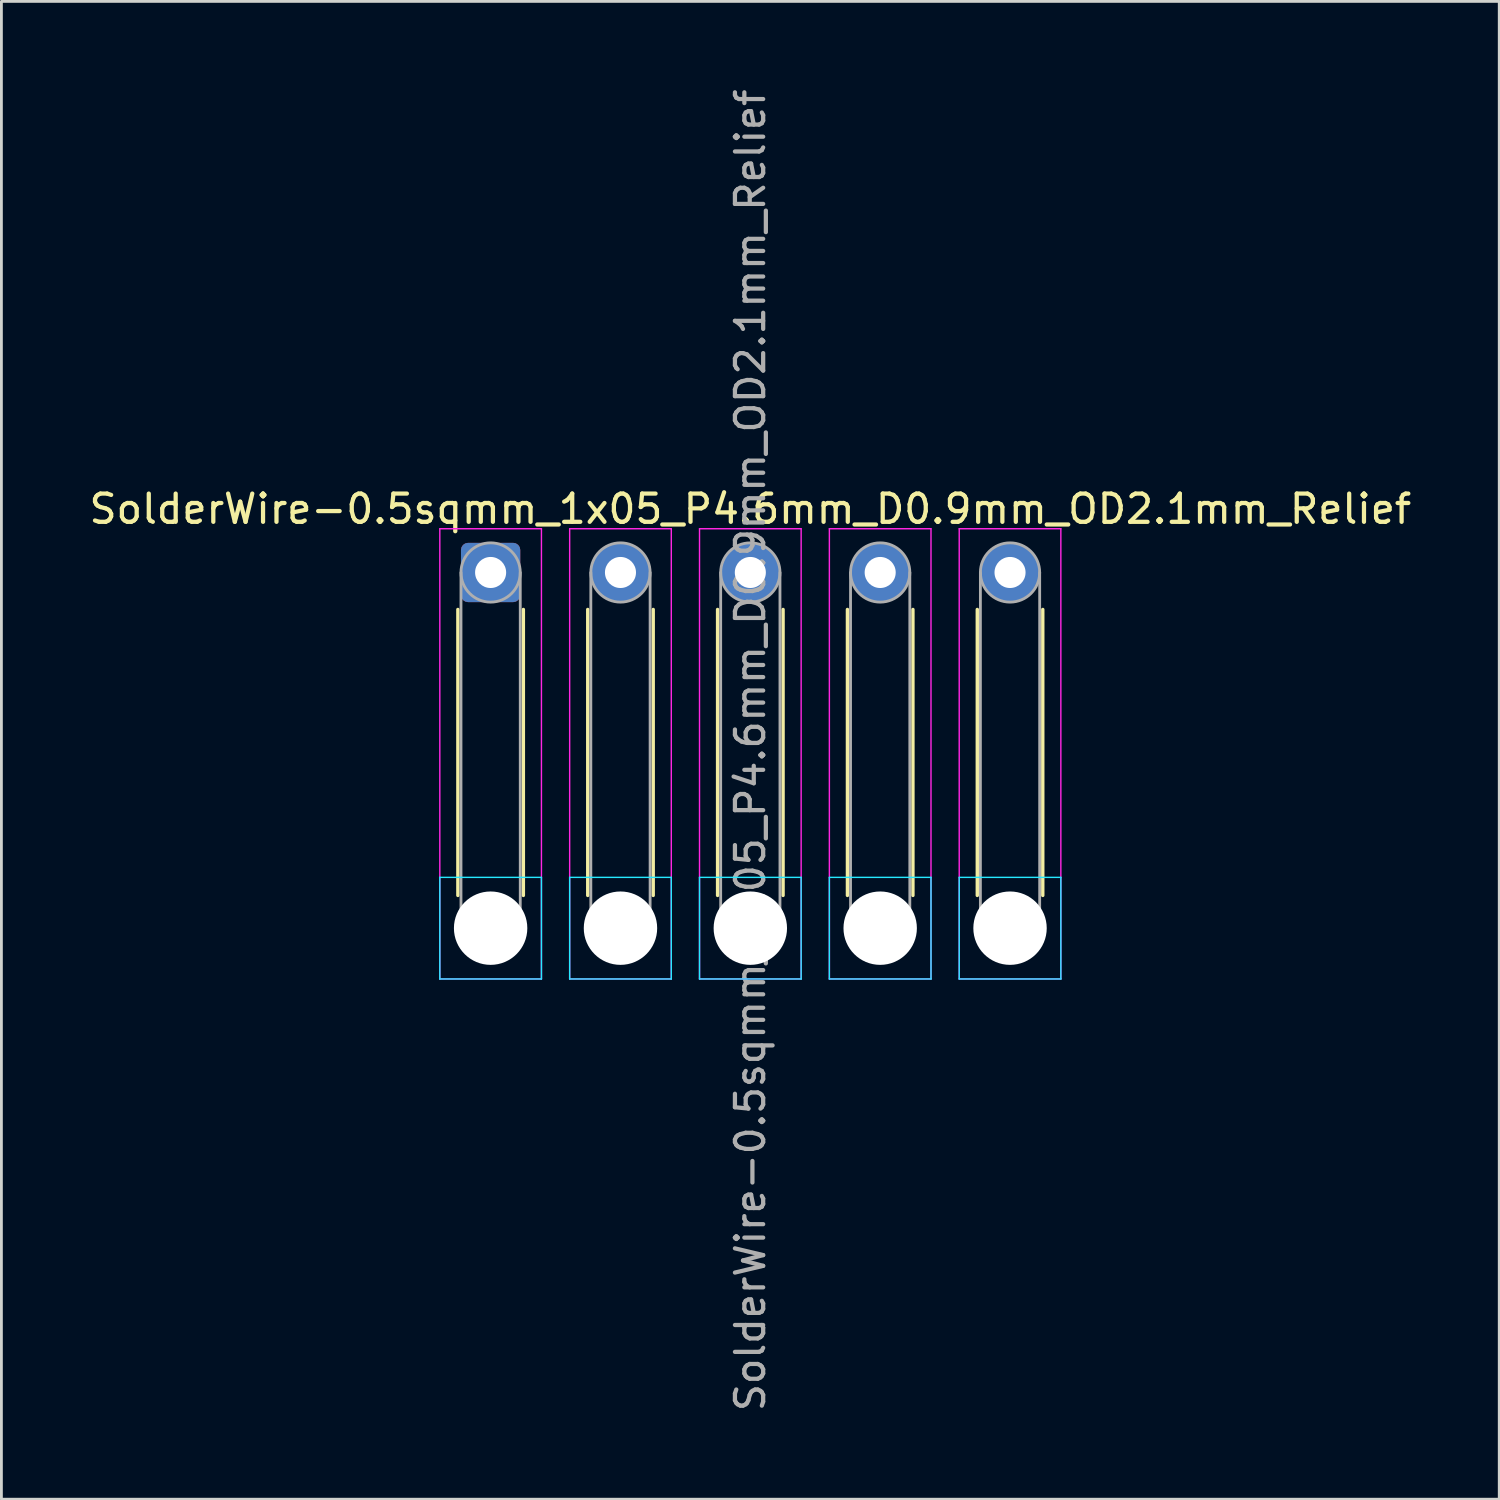
<source format=kicad_pcb>
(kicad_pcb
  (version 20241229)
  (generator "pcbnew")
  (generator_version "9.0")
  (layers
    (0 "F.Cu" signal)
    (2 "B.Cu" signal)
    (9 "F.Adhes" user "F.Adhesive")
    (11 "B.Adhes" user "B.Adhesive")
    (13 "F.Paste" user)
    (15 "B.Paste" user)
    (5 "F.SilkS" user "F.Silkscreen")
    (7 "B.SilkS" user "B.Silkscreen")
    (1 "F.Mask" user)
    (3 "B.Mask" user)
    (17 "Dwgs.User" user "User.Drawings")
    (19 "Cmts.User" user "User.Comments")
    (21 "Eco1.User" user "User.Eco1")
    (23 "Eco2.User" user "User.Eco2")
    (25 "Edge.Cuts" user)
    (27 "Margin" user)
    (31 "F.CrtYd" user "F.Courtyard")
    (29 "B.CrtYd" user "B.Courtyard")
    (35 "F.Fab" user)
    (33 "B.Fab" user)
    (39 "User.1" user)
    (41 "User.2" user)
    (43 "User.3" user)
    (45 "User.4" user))
  (footprint "SolderWire-0.5sqmm_1x05_P4.6mm_D0.9mm_OD2.1mm_Relief"
    (layer "F.Cu")
    (at 14.33 17.23)
    (property "Reference" "SolderWire-0.5sqmm_1x05_P4.6mm_D0.9mm_OD2.1mm_Relief" (at 9.2 -2.25 0) (layer "F.SilkS") (effects (font (size 1 1) (thickness 0.15))))
    (attr exclude_from_pos_files exclude_from_bom)
    (fp_line (start -1.16 1.31) (end -1.16 11.44) (stroke (width 0.12) (type solid)) (layer "F.SilkS"))
    (fp_line (start 1.16 1.31) (end 1.16 11.44) (stroke (width 0.12) (type solid)) (layer "F.SilkS"))
    (fp_line (start 3.44 1.31) (end 3.44 11.44) (stroke (width 0.12) (type solid)) (layer "F.SilkS"))
    (fp_line (start 5.76 1.31) (end 5.76 11.44) (stroke (width 0.12) (type solid)) (layer "F.SilkS"))
    (fp_line (start 8.04 1.31) (end 8.04 11.44) (stroke (width 0.12) (type solid)) (layer "F.SilkS"))
    (fp_line (start 10.36 1.31) (end 10.36 11.44) (stroke (width 0.12) (type solid)) (layer "F.SilkS"))
    (fp_line (start 12.64 1.31) (end 12.64 11.44) (stroke (width 0.12) (type solid)) (layer "F.SilkS"))
    (fp_line (start 14.96 1.31) (end 14.96 11.44) (stroke (width 0.12) (type solid)) (layer "F.SilkS"))
    (fp_line (start 17.24 1.31) (end 17.24 11.44) (stroke (width 0.12) (type solid)) (layer "F.SilkS"))
    (fp_line (start 19.56 1.31) (end 19.56 11.44) (stroke (width 0.12) (type solid)) (layer "F.SilkS"))
    (fp_line (start -1.8 10.8) (end -1.8 14.4) (stroke (width 0.05) (type solid)) (layer "B.CrtYd"))
    (fp_line (start -1.8 14.4) (end 1.8 14.4) (stroke (width 0.05) (type solid)) (layer "B.CrtYd"))
    (fp_line (start 1.8 10.8) (end -1.8 10.8) (stroke (width 0.05) (type solid)) (layer "B.CrtYd"))
    (fp_line (start 1.8 14.4) (end 1.8 10.8) (stroke (width 0.05) (type solid)) (layer "B.CrtYd"))
    (fp_line (start 2.8 10.8) (end 2.8 14.4) (stroke (width 0.05) (type solid)) (layer "B.CrtYd"))
    (fp_line (start 2.8 14.4) (end 6.4 14.4) (stroke (width 0.05) (type solid)) (layer "B.CrtYd"))
    (fp_line (start 6.4 10.8) (end 2.8 10.8) (stroke (width 0.05) (type solid)) (layer "B.CrtYd"))
    (fp_line (start 6.4 14.4) (end 6.4 10.8) (stroke (width 0.05) (type solid)) (layer "B.CrtYd"))
    (fp_line (start 7.4 10.8) (end 7.4 14.4) (stroke (width 0.05) (type solid)) (layer "B.CrtYd"))
    (fp_line (start 7.4 14.4) (end 11 14.4) (stroke (width 0.05) (type solid)) (layer "B.CrtYd"))
    (fp_line (start 11 10.8) (end 7.4 10.8) (stroke (width 0.05) (type solid)) (layer "B.CrtYd"))
    (fp_line (start 11 14.4) (end 11 10.8) (stroke (width 0.05) (type solid)) (layer "B.CrtYd"))
    (fp_line (start 12 10.8) (end 12 14.4) (stroke (width 0.05) (type solid)) (layer "B.CrtYd"))
    (fp_line (start 12 14.4) (end 15.6 14.4) (stroke (width 0.05) (type solid)) (layer "B.CrtYd"))
    (fp_line (start 15.6 10.8) (end 12 10.8) (stroke (width 0.05) (type solid)) (layer "B.CrtYd"))
    (fp_line (start 15.6 14.4) (end 15.6 10.8) (stroke (width 0.05) (type solid)) (layer "B.CrtYd"))
    (fp_line (start 16.6 10.8) (end 16.6 14.4) (stroke (width 0.05) (type solid)) (layer "B.CrtYd"))
    (fp_line (start 16.6 14.4) (end 20.2 14.4) (stroke (width 0.05) (type solid)) (layer "B.CrtYd"))
    (fp_line (start 20.2 10.8) (end 16.6 10.8) (stroke (width 0.05) (type solid)) (layer "B.CrtYd"))
    (fp_line (start 20.2 14.4) (end 20.2 10.8) (stroke (width 0.05) (type solid)) (layer "B.CrtYd"))
    (fp_line (start -1.8 -1.55) (end -1.8 14.4) (stroke (width 0.05) (type solid)) (layer "F.CrtYd"))
    (fp_line (start -1.8 14.4) (end 1.8 14.4) (stroke (width 0.05) (type solid)) (layer "F.CrtYd"))
    (fp_line (start 1.8 -1.55) (end -1.8 -1.55) (stroke (width 0.05) (type solid)) (layer "F.CrtYd"))
    (fp_line (start 1.8 14.4) (end 1.8 -1.55) (stroke (width 0.05) (type solid)) (layer "F.CrtYd"))
    (fp_line (start 2.8 -1.55) (end 2.8 14.4) (stroke (width 0.05) (type solid)) (layer "F.CrtYd"))
    (fp_line (start 2.8 14.4) (end 6.4 14.4) (stroke (width 0.05) (type solid)) (layer "F.CrtYd"))
    (fp_line (start 6.4 -1.55) (end 2.8 -1.55) (stroke (width 0.05) (type solid)) (layer "F.CrtYd"))
    (fp_line (start 6.4 14.4) (end 6.4 -1.55) (stroke (width 0.05) (type solid)) (layer "F.CrtYd"))
    (fp_line (start 7.4 -1.55) (end 7.4 14.4) (stroke (width 0.05) (type solid)) (layer "F.CrtYd"))
    (fp_line (start 7.4 14.4) (end 11 14.4) (stroke (width 0.05) (type solid)) (layer "F.CrtYd"))
    (fp_line (start 11 -1.55) (end 7.4 -1.55) (stroke (width 0.05) (type solid)) (layer "F.CrtYd"))
    (fp_line (start 11 14.4) (end 11 -1.55) (stroke (width 0.05) (type solid)) (layer "F.CrtYd"))
    (fp_line (start 12 -1.55) (end 12 14.4) (stroke (width 0.05) (type solid)) (layer "F.CrtYd"))
    (fp_line (start 12 14.4) (end 15.6 14.4) (stroke (width 0.05) (type solid)) (layer "F.CrtYd"))
    (fp_line (start 15.6 -1.55) (end 12 -1.55) (stroke (width 0.05) (type solid)) (layer "F.CrtYd"))
    (fp_line (start 15.6 14.4) (end 15.6 -1.55) (stroke (width 0.05) (type solid)) (layer "F.CrtYd"))
    (fp_line (start 16.6 -1.55) (end 16.6 14.4) (stroke (width 0.05) (type solid)) (layer "F.CrtYd"))
    (fp_line (start 16.6 14.4) (end 20.2 14.4) (stroke (width 0.05) (type solid)) (layer "F.CrtYd"))
    (fp_line (start 20.2 -1.55) (end 16.6 -1.55) (stroke (width 0.05) (type solid)) (layer "F.CrtYd"))
    (fp_line (start 20.2 14.4) (end 20.2 -1.55) (stroke (width 0.05) (type solid)) (layer "F.CrtYd"))
    (fp_line (start -1.05 0) (end -1.05 12.6) (stroke (width 0.1) (type solid)) (layer "F.Fab"))
    (fp_line (start 1.05 0) (end 1.05 12.6) (stroke (width 0.1) (type solid)) (layer "F.Fab"))
    (fp_line (start 3.55 0) (end 3.55 12.6) (stroke (width 0.1) (type solid)) (layer "F.Fab"))
    (fp_line (start 5.65 0) (end 5.65 12.6) (stroke (width 0.1) (type solid)) (layer "F.Fab"))
    (fp_line (start 8.15 0) (end 8.15 12.6) (stroke (width 0.1) (type solid)) (layer "F.Fab"))
    (fp_line (start 10.25 0) (end 10.25 12.6) (stroke (width 0.1) (type solid)) (layer "F.Fab"))
    (fp_line (start 12.75 0) (end 12.75 12.6) (stroke (width 0.1) (type solid)) (layer "F.Fab"))
    (fp_line (start 14.85 0) (end 14.85 12.6) (stroke (width 0.1) (type solid)) (layer "F.Fab"))
    (fp_line (start 17.35 0) (end 17.35 12.6) (stroke (width 0.1) (type solid)) (layer "F.Fab"))
    (fp_line (start 19.45 0) (end 19.45 12.6) (stroke (width 0.1) (type solid)) (layer "F.Fab"))
    (fp_circle (center 0 0) (end 1.05 0) (stroke (width 0.1) (type solid)) (fill no) (layer "F.Fab"))
    (fp_circle (center 0 12.6) (end 1.05 12.6) (stroke (width 0.1) (type solid)) (fill no) (layer "F.Fab"))
    (fp_circle (center 4.6 0) (end 5.65 0) (stroke (width 0.1) (type solid)) (fill no) (layer "F.Fab"))
    (fp_circle (center 4.6 12.6) (end 5.65 12.6) (stroke (width 0.1) (type solid)) (fill no) (layer "F.Fab"))
    (fp_circle (center 9.2 0) (end 10.25 0) (stroke (width 0.1) (type solid)) (fill no) (layer "F.Fab"))
    (fp_circle (center 9.2 12.6) (end 10.25 12.6) (stroke (width 0.1) (type solid)) (fill no) (layer "F.Fab"))
    (fp_circle (center 13.8 0) (end 14.85 0) (stroke (width 0.1) (type solid)) (fill no) (layer "F.Fab"))
    (fp_circle (center 13.8 12.6) (end 14.85 12.6) (stroke (width 0.1) (type solid)) (fill no) (layer "F.Fab"))
    (fp_circle (center 18.4 0) (end 19.45 0) (stroke (width 0.1) (type solid)) (fill no) (layer "F.Fab"))
    (fp_circle (center 18.4 12.6) (end 19.45 12.6) (stroke (width 0.1) (type solid)) (fill no) (layer "F.Fab"))
    (fp_text user "${REFERENCE}" (at 9.2 6.3 90) (layer "F.Fab") (effects (font (size 1 1) (thickness 0.15))))
    (pad "" np_thru_hole circle (at 0 12.6) (size 2.6 2.6) (drill 2.6) (layers "*.Cu" "*.Mask"))
    (pad "" np_thru_hole circle (at 4.6 12.6) (size 2.6 2.6) (drill 2.6) (layers "*.Cu" "*.Mask"))
    (pad "" np_thru_hole circle (at 9.2 12.6) (size 2.6 2.6) (drill 2.6) (layers "*.Cu" "*.Mask"))
    (pad "" np_thru_hole circle (at 13.8 12.6) (size 2.6 2.6) (drill 2.6) (layers "*.Cu" "*.Mask"))
    (pad "" np_thru_hole circle (at 18.4 12.6) (size 2.6 2.6) (drill 2.6) (layers "*.Cu" "*.Mask"))
    (pad "1" thru_hole roundrect (at 0 0) (size 2.1 2.1) (drill 1.1) (layers "*.Cu" "*.Mask") (roundrect_rratio 0.119))
    (pad "2" thru_hole circle (at 4.6 0) (size 2.1 2.1) (drill 1.1) (layers "*.Cu" "*.Mask"))
    (pad "3" thru_hole circle (at 9.2 0) (size 2.1 2.1) (drill 1.1) (layers "*.Cu" "*.Mask"))
    (pad "4" thru_hole circle (at 13.8 0) (size 2.1 2.1) (drill 1.1) (layers "*.Cu" "*.Mask"))
    (pad "5" thru_hole circle (at 18.4 0) (size 2.1 2.1) (drill 1.1) (layers "*.Cu" "*.Mask")))
  (gr_rect
    (start -3 -3)
    (end 50.06 50.06)
    (stroke (width 0.1) (type default))
    (fill no)
    (layer "Edge.Cuts")))
</source>
